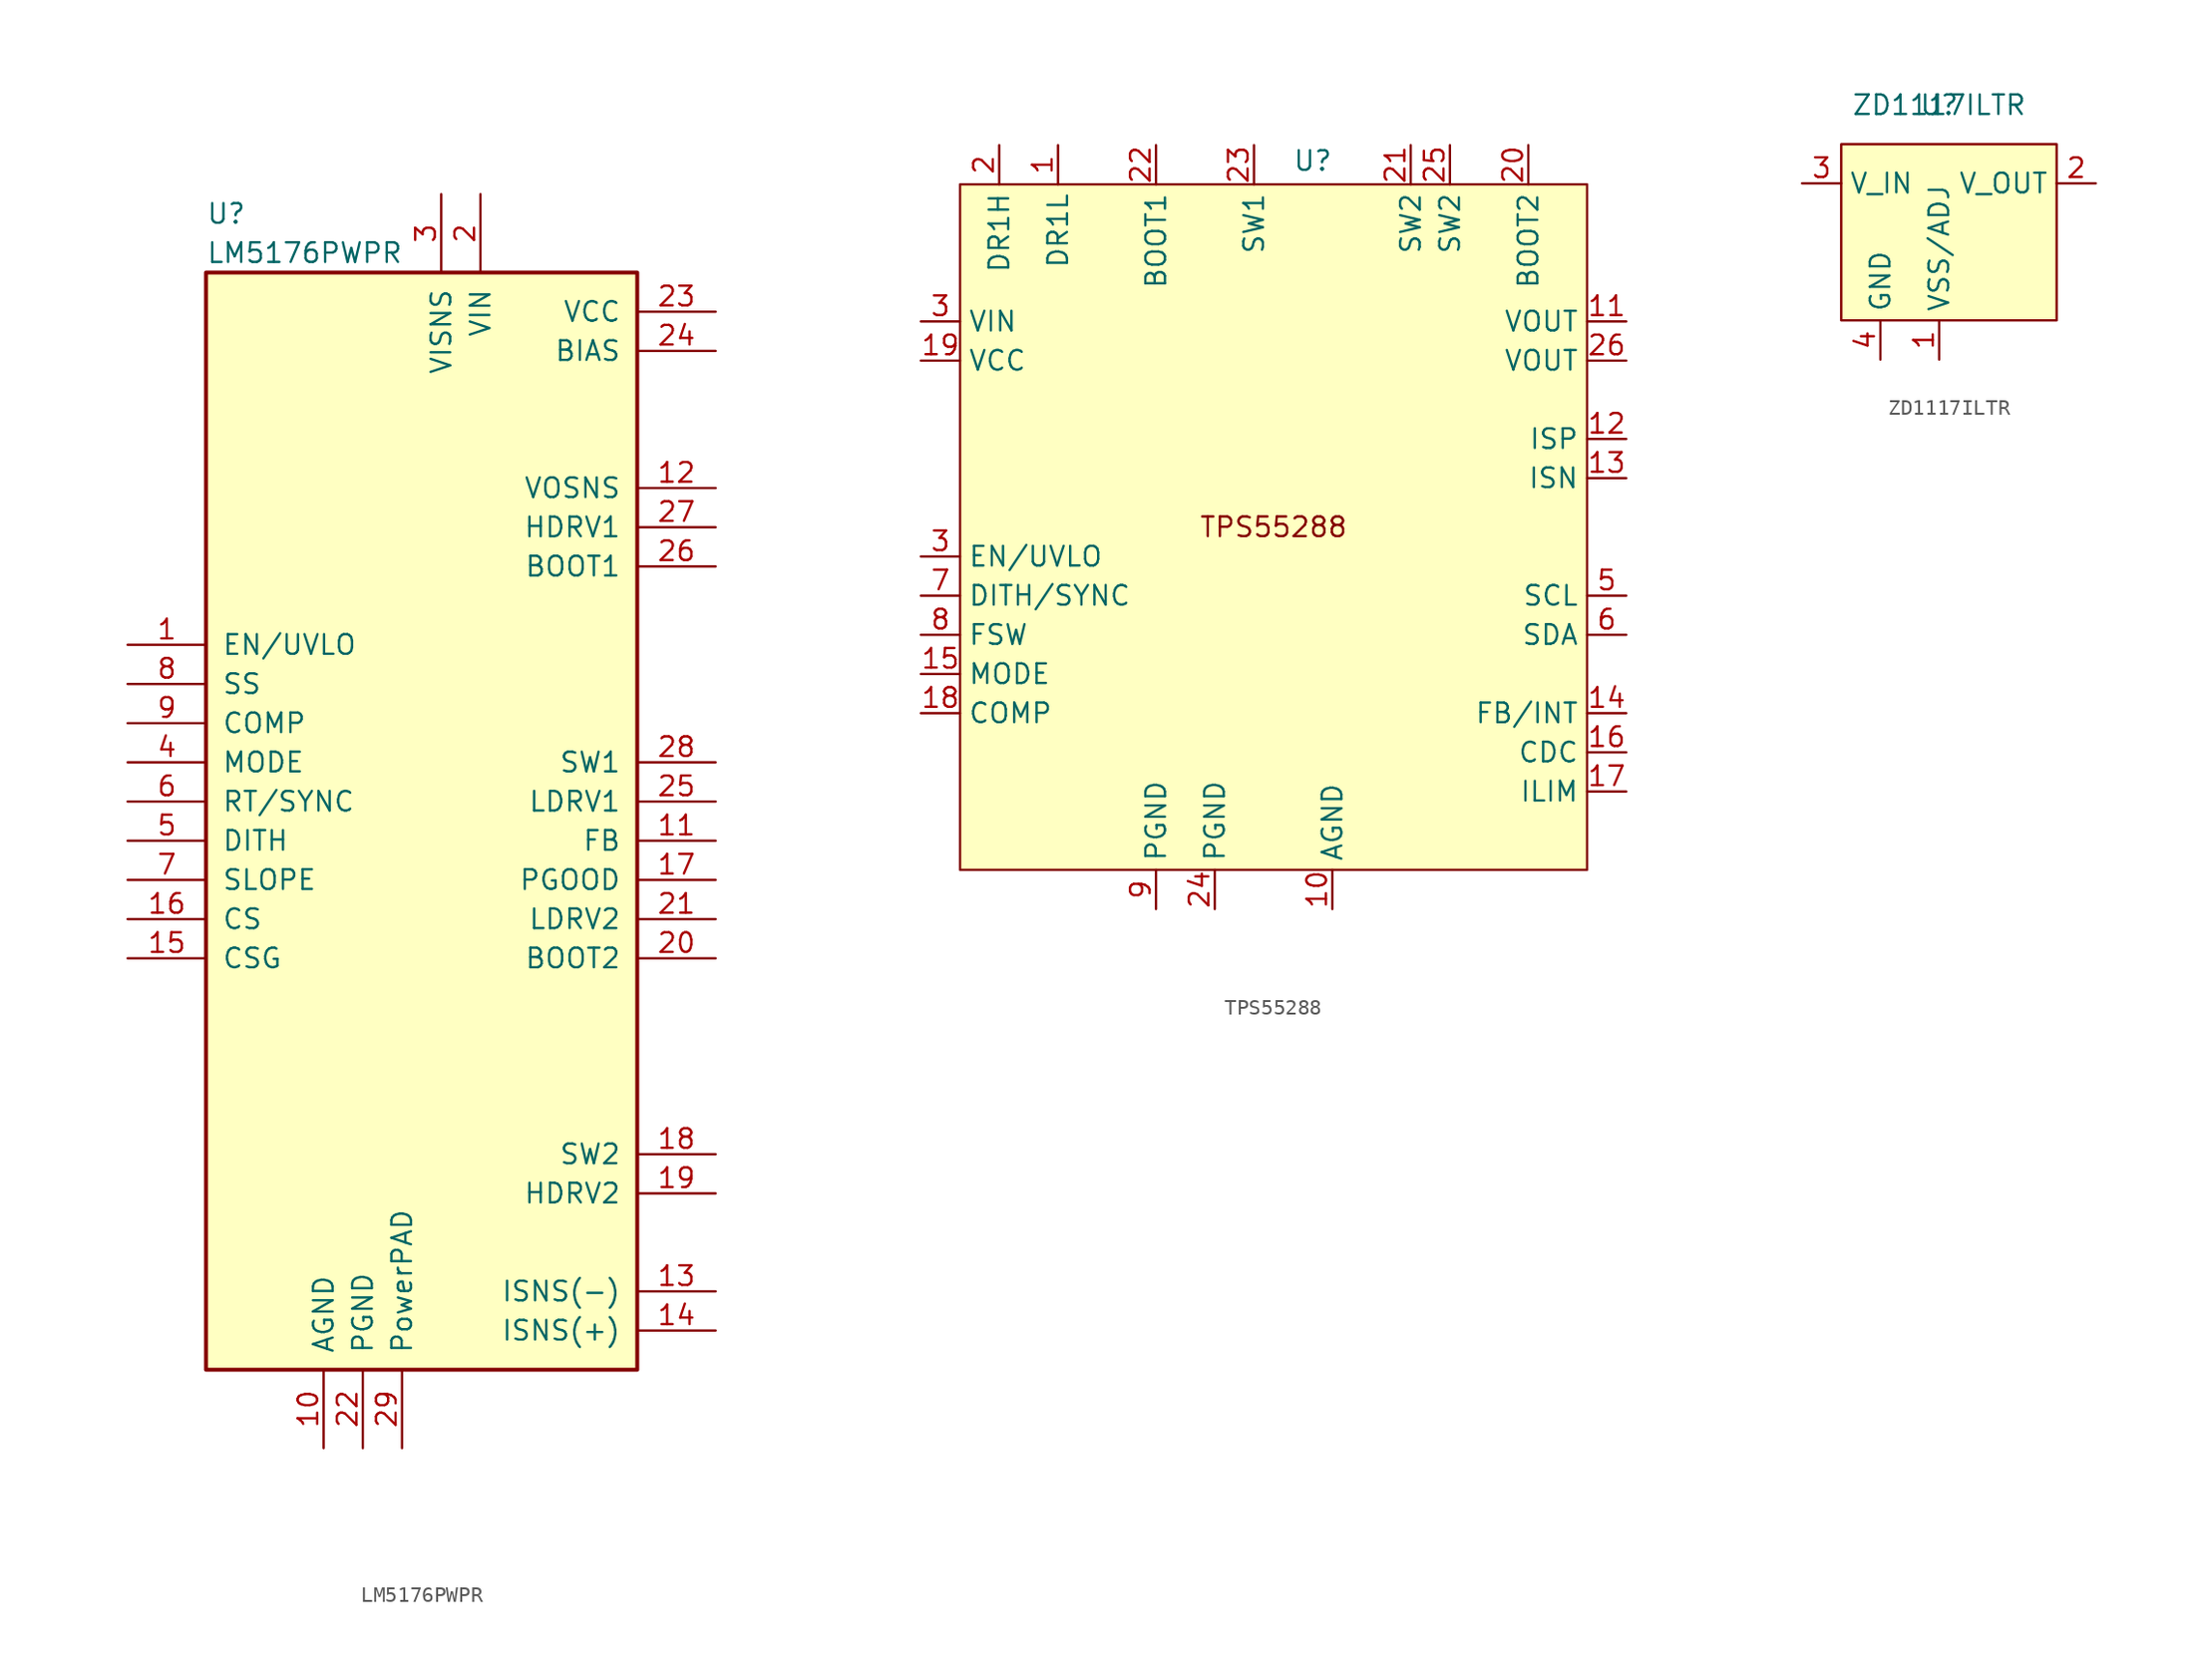
<source format=kicad_sym>
(kicad_symbol_lib
  (version 20231120)
  (generator "kicad_symbol_editor")
  (generator_version "8.0")
  (symbol "LM5176PWPR"
    (pin_names
      (offset 1.016))
    (property "Reference" "U"
      (at -15.24 40.64 0)
      (effects (font (size 1.27 1.27)) (justify left)))
    (property "Value" "LM5176PWPR"
      (at -15.24 38.1 0)
      (effects (font (size 1.27 1.27)) (justify left)))
    (symbol "LM5176PWPR_0_1"
      (rectangle (start -15.24 36.83) (end 12.7 -34.29) (stroke (width 0.254) (type default)) (fill (type background))))
    (symbol "LM5176PWPR_1_1"
      (pin input line (at -20.32 12.7 0) (length 5.08) (name "EN/UVLO" (effects (font (size 1.27 1.27)))) (number "1" (effects (font (size 1.27 1.27)))))
      (pin power_in line (at -7.62 -39.37 90) (length 5.08) (name "AGND" (effects (font (size 1.27 1.27)))) (number "10" (effects (font (size 1.27 1.27)))))
      (pin input line (at 17.78 0 180) (length 5.08) (name "FB" (effects (font (size 1.27 1.27)))) (number "11" (effects (font (size 1.27 1.27)))))
      (pin output line (at 17.78 22.86 180) (length 5.08) (name "VOSNS" (effects (font (size 1.27 1.27)))) (number "12" (effects (font (size 1.27 1.27)))))
      (pin input line (at 17.78 -29.21 180) (length 5.08) (name "ISNS(-)" (effects (font (size 1.27 1.27)))) (number "13" (effects (font (size 1.27 1.27)))))
      (pin input line (at 17.78 -31.75 180) (length 5.08) (name "ISNS(+)" (effects (font (size 1.27 1.27)))) (number "14" (effects (font (size 1.27 1.27)))))
      (pin input line (at -20.32 -7.62 0) (length 5.08) (name "CSG" (effects (font (size 1.27 1.27)))) (number "15" (effects (font (size 1.27 1.27)))))
      (pin input line (at -20.32 -5.08 0) (length 5.08) (name "CS" (effects (font (size 1.27 1.27)))) (number "16" (effects (font (size 1.27 1.27)))))
      (pin output line (at 17.78 -2.54 180) (length 5.08) (name "PGOOD" (effects (font (size 1.27 1.27)))) (number "17" (effects (font (size 1.27 1.27)))))
      (pin output line (at 17.78 -20.32 180) (length 5.08) (name "SW2" (effects (font (size 1.27 1.27)))) (number "18" (effects (font (size 1.27 1.27)))))
      (pin output line (at 17.78 -22.86 180) (length 5.08) (name "HDRV2" (effects (font (size 1.27 1.27)))) (number "19" (effects (font (size 1.27 1.27)))))
      (pin power_in line (at 2.54 41.91 270) (length 5.08) (name "VIN" (effects (font (size 1.27 1.27)))) (number "2" (effects (font (size 1.27 1.27)))))
      (pin passive line (at 17.78 -7.62 180) (length 5.08) (name "BOOT2" (effects (font (size 1.27 1.27)))) (number "20" (effects (font (size 1.27 1.27)))))
      (pin output line (at 17.78 -5.08 180) (length 5.08) (name "LDRV2" (effects (font (size 1.27 1.27)))) (number "21" (effects (font (size 1.27 1.27)))))
      (pin power_in line (at -5.08 -39.37 90) (length 5.08) (name "PGND" (effects (font (size 1.27 1.27)))) (number "22" (effects (font (size 1.27 1.27)))))
      (pin power_in line (at 17.78 34.29 180) (length 5.08) (name "VCC" (effects (font (size 1.27 1.27)))) (number "23" (effects (font (size 1.27 1.27)))))
      (pin input line (at 17.78 31.75 180) (length 5.08) (name "BIAS" (effects (font (size 1.27 1.27)))) (number "24" (effects (font (size 1.27 1.27)))))
      (pin output line (at 17.78 2.54 180) (length 5.08) (name "LDRV1" (effects (font (size 1.27 1.27)))) (number "25" (effects (font (size 1.27 1.27)))))
      (pin passive line (at 17.78 17.78 180) (length 5.08) (name "BOOT1" (effects (font (size 1.27 1.27)))) (number "26" (effects (font (size 1.27 1.27)))))
      (pin output line (at 17.78 20.32 180) (length 5.08) (name "HDRV1" (effects (font (size 1.27 1.27)))) (number "27" (effects (font (size 1.27 1.27)))))
      (pin output line (at 17.78 5.08 180) (length 5.08) (name "SW1" (effects (font (size 1.27 1.27)))) (number "28" (effects (font (size 1.27 1.27)))))
      (pin input line (at -2.54 -39.37 90) (length 5.08) (name "PowerPAD" (effects (font (size 1.27 1.27)))) (number "29" (effects (font (size 1.27 1.27)))))
      (pin input line (at 0 41.91 270) (length 5.08) (name "VISNS" (effects (font (size 1.27 1.27)))) (number "3" (effects (font (size 1.27 1.27)))))
      (pin input line (at -20.32 5.08 0) (length 5.08) (name "MODE" (effects (font (size 1.27 1.27)))) (number "4" (effects (font (size 1.27 1.27)))))
      (pin passive line (at -20.32 0 0) (length 5.08) (name "DITH" (effects (font (size 1.27 1.27)))) (number "5" (effects (font (size 1.27 1.27)))))
      (pin input line (at -20.32 2.54 0) (length 5.08) (name "RT/SYNC" (effects (font (size 1.27 1.27)))) (number "6" (effects (font (size 1.27 1.27)))))
      (pin passive line (at -20.32 -2.54 0) (length 5.08) (name "SLOPE" (effects (font (size 1.27 1.27)))) (number "7" (effects (font (size 1.27 1.27)))))
      (pin passive line (at -20.32 10.16 0) (length 5.08) (name "SS" (effects (font (size 1.27 1.27)))) (number "8" (effects (font (size 1.27 1.27)))))
      (pin passive line (at -20.32 7.62 0) (length 5.08) (name "COMP" (effects (font (size 1.27 1.27)))) (number "9" (effects (font (size 1.27 1.27)))))))
  (symbol "TPS55288"
    (property "Reference" "U"
      (at 3.81 -1.016 0)
      (effects (font (size 1.27 1.27))))
    (property "Value" ""
      (at 0 0 0)
      (effects (font (size 1.27 1.27))))
    (symbol "TPS55288_1_1"
      (text_box "TPS55288" (at 21.59 -46.99 0) (size -40.64 44.45) (stroke (width 0) (type default)) (fill (type color) (color 255 255 194 1)) (effects (font (size 1.27 1.27))))
      (pin output line (at -12.7 0 270) (length 2.54) (name "DR1L" (effects (font (size 1.27 1.27)))) (number "1" (effects (font (size 1.27 1.27)))))
      (pin power_in line (at 5.08 -49.53 90) (length 2.54) (name "AGND" (effects (font (size 1.27 1.27)))) (number "10" (effects (font (size 1.27 1.27)))))
      (pin power_in line (at 24.13 -11.43 180) (length 2.54) (name "VOUT" (effects (font (size 1.27 1.27)))) (number "11" (effects (font (size 1.27 1.27)))))
      (pin input line (at 24.13 -19.05 180) (length 2.54) (name "ISP" (effects (font (size 1.27 1.27)))) (number "12" (effects (font (size 1.27 1.27)))))
      (pin input line (at 24.13 -21.59 180) (length 2.54) (name "ISN" (effects (font (size 1.27 1.27)))) (number "13" (effects (font (size 1.27 1.27)))))
      (pin input line (at 24.13 -36.83 180) (length 2.54) (name "FB/INT" (effects (font (size 1.27 1.27)))) (number "14" (effects (font (size 1.27 1.27)))))
      (pin input line (at -21.59 -34.29 0) (length 2.54) (name "MODE" (effects (font (size 1.27 1.27)))) (number "15" (effects (font (size 1.27 1.27)))))
      (pin output line (at 24.13 -39.37 180) (length 2.54) (name "CDC" (effects (font (size 1.27 1.27)))) (number "16" (effects (font (size 1.27 1.27)))))
      (pin output line (at 24.13 -41.91 180) (length 2.54) (name "ILIM" (effects (font (size 1.27 1.27)))) (number "17" (effects (font (size 1.27 1.27)))))
      (pin input line (at -21.59 -36.83 0) (length 2.54) (name "COMP" (effects (font (size 1.27 1.27)))) (number "18" (effects (font (size 1.27 1.27)))))
      (pin output line (at -21.59 -13.97 0) (length 2.54) (name "VCC" (effects (font (size 1.27 1.27)))) (number "19" (effects (font (size 1.27 1.27)))))
      (pin output line (at -16.51 0 270) (length 2.54) (name "DR1H" (effects (font (size 1.27 1.27)))) (number "2" (effects (font (size 1.27 1.27)))))
      (pin output line (at 17.78 0 270) (length 2.54) (name "BOOT2" (effects (font (size 1.27 1.27)))) (number "20" (effects (font (size 1.27 1.27)))))
      (pin input line (at 10.16 0 270) (length 2.54) (name "SW2" (effects (font (size 1.27 1.27)))) (number "21" (effects (font (size 1.27 1.27)))))
      (pin input line (at -6.35 0 270) (length 2.54) (name "BOOT1" (effects (font (size 1.27 1.27)))) (number "22" (effects (font (size 1.27 1.27)))))
      (pin input line (at 0 0 270) (length 2.54) (name "SW1" (effects (font (size 1.27 1.27)))) (number "23" (effects (font (size 1.27 1.27)))))
      (pin power_in line (at -2.54 -49.53 90) (length 2.54) (name "PGND" (effects (font (size 1.27 1.27)))) (number "24" (effects (font (size 1.27 1.27)))))
      (pin input line (at 12.7 0 270) (length 2.54) (name "SW2" (effects (font (size 1.27 1.27)))) (number "25" (effects (font (size 1.27 1.27)))))
      (pin power_in line (at 24.13 -13.97 180) (length 2.54) (name "VOUT" (effects (font (size 1.27 1.27)))) (number "26" (effects (font (size 1.27 1.27)))))
      (pin input line (at -21.59 -26.67 0) (length 2.54) (name "EN/UVLO" (effects (font (size 1.27 1.27)))) (number "3" (effects (font (size 1.27 1.27)))))
      (pin power_in line (at -21.59 -11.43 0) (length 2.54) (name "VIN" (effects (font (size 1.27 1.27)))) (number "3" (effects (font (size 1.27 1.27)))))
      (pin input line (at 24.13 -29.21 180) (length 2.54) (name "SCL" (effects (font (size 1.27 1.27)))) (number "5" (effects (font (size 1.27 1.27)))))
      (pin bidirectional line (at 24.13 -31.75 180) (length 2.54) (name "SDA" (effects (font (size 1.27 1.27)))) (number "6" (effects (font (size 1.27 1.27)))))
      (pin input line (at -21.59 -29.21 0) (length 2.54) (name "DITH/SYNC" (effects (font (size 1.27 1.27)))) (number "7" (effects (font (size 1.27 1.27)))))
      (pin output line (at -21.59 -31.75 0) (length 2.54) (name "FSW" (effects (font (size 1.27 1.27)))) (number "8" (effects (font (size 1.27 1.27)))))
      (pin power_in line (at -6.35 -49.53 90) (length 2.54) (name "PGND" (effects (font (size 1.27 1.27)))) (number "9" (effects (font (size 1.27 1.27)))))))
  (symbol "ZD1117ILTR"
    (property "Reference" "U"
      (at 0 0 0)
      (effects (font (size 1.27 1.27))))
    (property "Value" "ZD1117ILTR"
      (at 0 0 0)
      (effects (font (size 1.27 1.27))))
    (symbol "ZD1117ILTR_0_1"
      (rectangle (start -6.35 -2.54) (end 7.62 -13.97) (stroke (width 0) (type default)) (fill (type background))))
    (symbol "ZD1117ILTR_1_1"
      (pin power_out line (at 0 -16.51 90) (length 2.54) (name "VSS/ADJ" (effects (font (size 1.27 1.27)))) (number "1" (effects (font (size 1.27 1.27)))))
      (pin power_out line (at 10.16 -5.08 180) (length 2.54) (name "V_OUT" (effects (font (size 1.27 1.27)))) (number "2" (effects (font (size 1.27 1.27)))))
      (pin power_in line (at -8.89 -5.08 0) (length 2.54) (name "V_IN" (effects (font (size 1.27 1.27)))) (number "3" (effects (font (size 1.27 1.27)))))
      (pin passive line (at -3.81 -16.51 90) (length 2.54) (name "GND" (effects (font (size 1.27 1.27)))) (number "4" (effects (font (size 1.27 1.27))))))))
</source>
